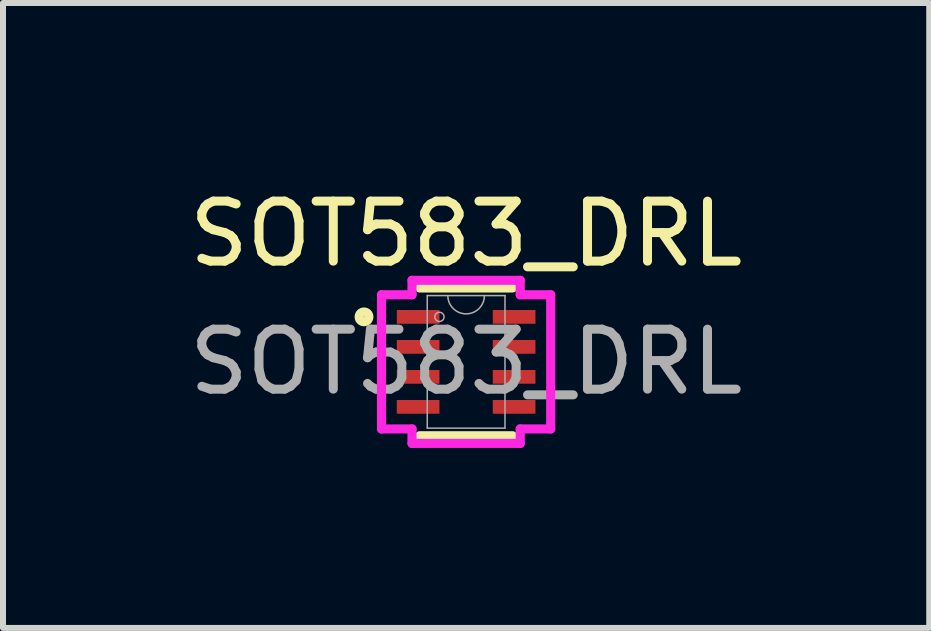
<source format=kicad_pcb>
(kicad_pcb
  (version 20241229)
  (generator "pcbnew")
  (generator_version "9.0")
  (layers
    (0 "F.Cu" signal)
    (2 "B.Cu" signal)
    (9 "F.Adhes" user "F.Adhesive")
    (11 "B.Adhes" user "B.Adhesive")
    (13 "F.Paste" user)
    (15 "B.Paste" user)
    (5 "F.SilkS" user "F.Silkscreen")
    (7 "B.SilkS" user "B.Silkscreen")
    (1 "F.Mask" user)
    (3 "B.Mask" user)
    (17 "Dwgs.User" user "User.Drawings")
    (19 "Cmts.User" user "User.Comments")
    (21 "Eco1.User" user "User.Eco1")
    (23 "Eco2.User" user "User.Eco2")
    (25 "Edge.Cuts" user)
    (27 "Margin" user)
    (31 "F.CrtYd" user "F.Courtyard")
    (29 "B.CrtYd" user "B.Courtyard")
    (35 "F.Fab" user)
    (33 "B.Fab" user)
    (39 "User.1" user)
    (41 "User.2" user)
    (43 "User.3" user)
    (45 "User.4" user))
  (footprint "SOT583_DRL"
    (layer "F.Cu")
    (at 4.72 2.982)
    (property "Reference" "SOT583_DRL" (at 0 -2.134 0) (unlocked yes) (layer "F.SilkS") (effects (font (size 1 1) (thickness 0.15))))
    (attr smd)
    (fp_line (start -0.775 1.232) (end 0.775 1.232) (stroke (width 0.152) (type solid)) (layer "F.SilkS"))
    (fp_line (start 0.775 -1.232) (end -0.775 -1.232) (stroke (width 0.152) (type solid)) (layer "F.SilkS"))
    (fp_circle (center -1.702 -0.75) (end -1.621 -0.75) (stroke (width 0.152) (type solid)) (fill no) (layer "F.SilkS"))
    (fp_line (start -1.41 -1.118) (end -0.902 -1.118) (stroke (width 0.152) (type solid)) (layer "F.CrtYd"))
    (fp_line (start -1.41 1.118) (end -1.41 -1.118) (stroke (width 0.152) (type solid)) (layer "F.CrtYd"))
    (fp_line (start -1.41 1.118) (end -0.902 1.118) (stroke (width 0.152) (type solid)) (layer "F.CrtYd"))
    (fp_line (start -0.902 -1.359) (end 0.902 -1.359) (stroke (width 0.152) (type solid)) (layer "F.CrtYd"))
    (fp_line (start -0.902 -1.118) (end -0.902 -1.359) (stroke (width 0.152) (type solid)) (layer "F.CrtYd"))
    (fp_line (start -0.902 1.359) (end -0.902 1.118) (stroke (width 0.152) (type solid)) (layer "F.CrtYd"))
    (fp_line (start 0.902 -1.359) (end 0.902 -1.118) (stroke (width 0.152) (type solid)) (layer "F.CrtYd"))
    (fp_line (start 0.902 1.118) (end 0.902 1.359) (stroke (width 0.152) (type solid)) (layer "F.CrtYd"))
    (fp_line (start 0.902 1.359) (end -0.902 1.359) (stroke (width 0.152) (type solid)) (layer "F.CrtYd"))
    (fp_line (start 1.41 -1.118) (end 0.902 -1.118) (stroke (width 0.152) (type solid)) (layer "F.CrtYd"))
    (fp_line (start 1.41 -1.118) (end 1.41 1.118) (stroke (width 0.152) (type solid)) (layer "F.CrtYd"))
    (fp_line (start 1.41 1.118) (end 0.902 1.118) (stroke (width 0.152) (type solid)) (layer "F.CrtYd"))
    (fp_line (start -0.648 -1.105) (end -0.648 1.105) (stroke (width 0.025) (type solid)) (layer "F.Fab"))
    (fp_line (start -0.648 1.105) (end 0.648 1.105) (stroke (width 0.025) (type solid)) (layer "F.Fab"))
    (fp_line (start 0.648 -1.105) (end -0.648 -1.105) (stroke (width 0.025) (type solid)) (layer "F.Fab"))
    (fp_line (start 0.648 1.105) (end 0.648 -1.105) (stroke (width 0.025) (type solid)) (layer "F.Fab"))
    (fp_arc (start 0.3048 -1.1049) (mid 0 -0.8001) (end -0.3048 -1.1049) (stroke (width 0.0254) (type solid)) (layer "F.Fab"))
    (fp_circle (center -0.445 -0.75) (end -0.368 -0.75) (stroke (width 0.025) (type solid)) (fill no) (layer "F.Fab"))
    (fp_text user "${REFERENCE}" (at 0 0 0) (unlocked yes) (layer "F.Fab") (effects (font (size 1 1) (thickness 0.15))))
    (pad "1" smd rect (at -0.8 -0.75) (size 0.711 0.229) (layers "F.Cu" "F.Mask" "F.Paste"))
    (pad "2" smd rect (at -0.8 -0.25) (size 0.711 0.229) (layers "F.Cu" "F.Mask" "F.Paste"))
    (pad "3" smd rect (at -0.8 0.25) (size 0.711 0.229) (layers "F.Cu" "F.Mask" "F.Paste"))
    (pad "4" smd rect (at -0.8 0.75) (size 0.711 0.229) (layers "F.Cu" "F.Mask" "F.Paste"))
    (pad "5" smd rect (at 0.8 0.75) (size 0.711 0.229) (layers "F.Cu" "F.Mask" "F.Paste"))
    (pad "6" smd rect (at 0.8 0.25) (size 0.711 0.229) (layers "F.Cu" "F.Mask" "F.Paste"))
    (pad "7" smd rect (at 0.8 -0.25) (size 0.711 0.229) (layers "F.Cu" "F.Mask" "F.Paste"))
    (pad "8" smd rect (at 0.8 -0.75) (size 0.711 0.229) (layers "F.Cu" "F.Mask" "F.Paste")))
  (gr_rect
    (start -3 -3)
    (end 12.44 7.417)
    (stroke (width 0.1) (type default))
    (fill no)
    (layer "Edge.Cuts")))
</source>
